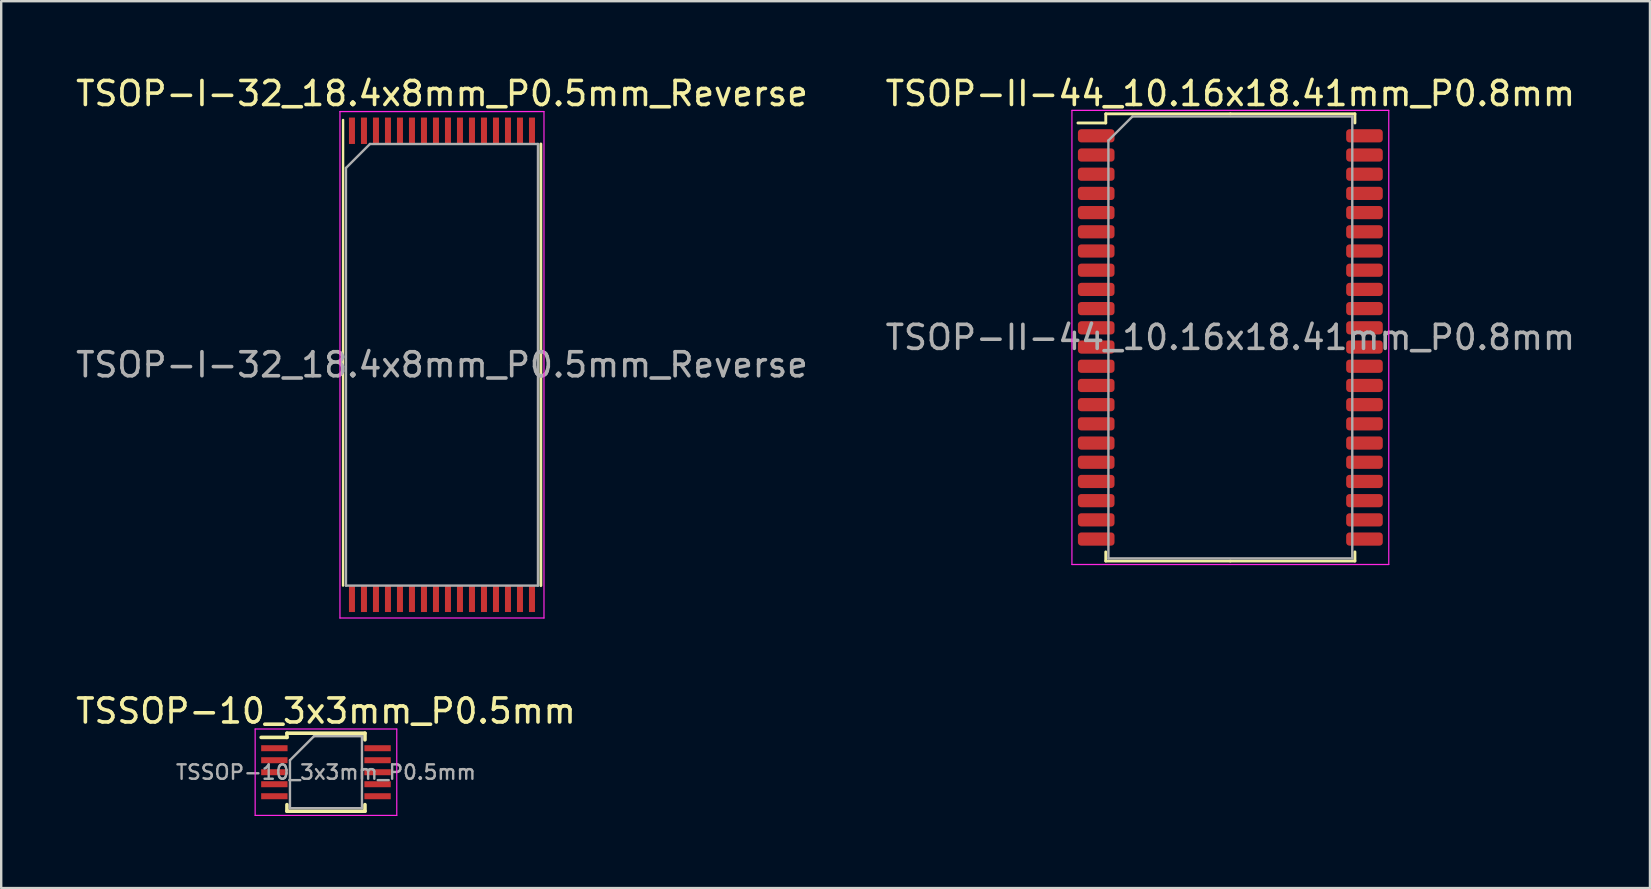
<source format=kicad_pcb>
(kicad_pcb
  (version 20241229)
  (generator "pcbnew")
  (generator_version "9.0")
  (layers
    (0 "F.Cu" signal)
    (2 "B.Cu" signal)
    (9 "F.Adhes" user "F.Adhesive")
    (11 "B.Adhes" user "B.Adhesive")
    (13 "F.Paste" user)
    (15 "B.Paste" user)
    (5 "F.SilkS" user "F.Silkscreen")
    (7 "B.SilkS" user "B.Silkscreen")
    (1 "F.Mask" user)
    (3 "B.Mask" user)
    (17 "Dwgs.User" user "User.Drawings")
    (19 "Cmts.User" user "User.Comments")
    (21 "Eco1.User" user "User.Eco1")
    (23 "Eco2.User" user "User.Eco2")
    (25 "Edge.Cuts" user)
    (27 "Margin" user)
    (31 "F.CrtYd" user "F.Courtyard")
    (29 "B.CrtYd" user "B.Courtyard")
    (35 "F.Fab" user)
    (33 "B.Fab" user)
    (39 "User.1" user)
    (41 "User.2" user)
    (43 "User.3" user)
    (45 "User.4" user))
  (footprint "TSOP-I-32_18.4x8mm_P0.5mm_Reverse"
    (layer "F.Cu")
    (at 15.363 12.148)
    (property "Reference" "TSOP-I-32_18.4x8mm_P0.5mm_Reverse" (at 0 -11.3 0) (layer "F.SilkS") (effects (font (size 1 1) (thickness 0.15))))
    (attr smd)
    (fp_line (start -4.12 -10.2) (end -4.12 9.2) (stroke (width 0.1) (type solid)) (layer "F.SilkS"))
    (fp_line (start 4.12 9.2) (end 4.12 -9.2) (stroke (width 0.12) (type solid)) (layer "F.SilkS"))
    (fp_line (start -4.25 -10.55) (end 4.25 -10.55) (stroke (width 0.05) (type solid)) (layer "F.CrtYd"))
    (fp_line (start -4.25 10.55) (end -4.25 -10.55) (stroke (width 0.05) (type solid)) (layer "F.CrtYd"))
    (fp_line (start 4.25 -10.55) (end 4.25 10.55) (stroke (width 0.05) (type solid)) (layer "F.CrtYd"))
    (fp_line (start 4.25 10.55) (end -4.25 10.55) (stroke (width 0.05) (type solid)) (layer "F.CrtYd"))
    (fp_line (start -4 -8.2) (end -4 9.2) (stroke (width 0.1) (type solid)) (layer "F.Fab"))
    (fp_line (start -4 -8.2) (end -3 -9.2) (stroke (width 0.1) (type solid)) (layer "F.Fab"))
    (fp_line (start -3 -9.2) (end 4 -9.2) (stroke (width 0.1) (type solid)) (layer "F.Fab"))
    (fp_line (start 4 -9.2) (end 4 9.2) (stroke (width 0.1) (type solid)) (layer "F.Fab"))
    (fp_line (start 4 9.2) (end -4 9.2) (stroke (width 0.1) (type solid)) (layer "F.Fab"))
    (fp_text user "${REFERENCE}" (at 0 0 0) (layer "F.Fab") (effects (font (size 1 1) (thickness 0.15))))
    (pad "1" smd rect (at -3.75 -9.75) (size 0.25 1.1) (layers "F.Cu" "F.Mask" "F.Paste"))
    (pad "2" smd rect (at -3.25 -9.75) (size 0.25 1.1) (layers "F.Cu" "F.Mask" "F.Paste"))
    (pad "3" smd rect (at -2.75 -9.75) (size 0.25 1.1) (layers "F.Cu" "F.Mask" "F.Paste"))
    (pad "4" smd rect (at -2.25 -9.75) (size 0.25 1.1) (layers "F.Cu" "F.Mask" "F.Paste"))
    (pad "5" smd rect (at -1.75 -9.75) (size 0.25 1.1) (layers "F.Cu" "F.Mask" "F.Paste"))
    (pad "6" smd rect (at -1.25 -9.75) (size 0.25 1.1) (layers "F.Cu" "F.Mask" "F.Paste"))
    (pad "7" smd rect (at -0.75 -9.75) (size 0.25 1.1) (layers "F.Cu" "F.Mask" "F.Paste"))
    (pad "8" smd rect (at -0.25 -9.75) (size 0.25 1.1) (layers "F.Cu" "F.Mask" "F.Paste"))
    (pad "9" smd rect (at 0.25 -9.75) (size 0.25 1.1) (layers "F.Cu" "F.Mask" "F.Paste"))
    (pad "10" smd rect (at 0.75 -9.75) (size 0.25 1.1) (layers "F.Cu" "F.Mask" "F.Paste"))
    (pad "11" smd rect (at 1.25 -9.75) (size 0.25 1.1) (layers "F.Cu" "F.Mask" "F.Paste"))
    (pad "12" smd rect (at 1.75 -9.75) (size 0.25 1.1) (layers "F.Cu" "F.Mask" "F.Paste"))
    (pad "13" smd rect (at 2.25 -9.75) (size 0.25 1.1) (layers "F.Cu" "F.Mask" "F.Paste"))
    (pad "14" smd rect (at 2.75 -9.75) (size 0.25 1.1) (layers "F.Cu" "F.Mask" "F.Paste"))
    (pad "15" smd rect (at 3.25 -9.75) (size 0.25 1.1) (layers "F.Cu" "F.Mask" "F.Paste"))
    (pad "16" smd rect (at 3.75 -9.75) (size 0.25 1.1) (layers "F.Cu" "F.Mask" "F.Paste"))
    (pad "17" smd rect (at 3.75 9.75) (size 0.25 1.1) (layers "F.Cu" "F.Mask" "F.Paste"))
    (pad "18" smd rect (at 3.25 9.75) (size 0.25 1.1) (layers "F.Cu" "F.Mask" "F.Paste"))
    (pad "19" smd rect (at 2.75 9.75) (size 0.25 1.1) (layers "F.Cu" "F.Mask" "F.Paste"))
    (pad "20" smd rect (at 2.25 9.75) (size 0.25 1.1) (layers "F.Cu" "F.Mask" "F.Paste"))
    (pad "21" smd rect (at 1.75 9.75) (size 0.25 1.1) (layers "F.Cu" "F.Mask" "F.Paste"))
    (pad "22" smd rect (at 1.25 9.75) (size 0.25 1.1) (layers "F.Cu" "F.Mask" "F.Paste"))
    (pad "23" smd rect (at 0.75 9.75) (size 0.25 1.1) (layers "F.Cu" "F.Mask" "F.Paste"))
    (pad "24" smd rect (at 0.25 9.75) (size 0.25 1.1) (layers "F.Cu" "F.Mask" "F.Paste"))
    (pad "25" smd rect (at -0.25 9.75) (size 0.25 1.1) (layers "F.Cu" "F.Mask" "F.Paste"))
    (pad "26" smd rect (at -0.75 9.75) (size 0.25 1.1) (layers "F.Cu" "F.Mask" "F.Paste"))
    (pad "27" smd rect (at -1.25 9.75) (size 0.25 1.1) (layers "F.Cu" "F.Mask" "F.Paste"))
    (pad "28" smd rect (at -1.75 9.75) (size 0.25 1.1) (layers "F.Cu" "F.Mask" "F.Paste"))
    (pad "29" smd rect (at -2.25 9.75) (size 0.25 1.1) (layers "F.Cu" "F.Mask" "F.Paste"))
    (pad "30" smd rect (at -2.75 9.75) (size 0.25 1.1) (layers "F.Cu" "F.Mask" "F.Paste"))
    (pad "31" smd rect (at -3.25 9.75) (size 0.25 1.1) (layers "F.Cu" "F.Mask" "F.Paste"))
    (pad "32" smd rect (at -3.75 9.75) (size 0.25 1.1) (layers "F.Cu" "F.Mask" "F.Paste")))
  (footprint "TSSOP-10_3x3mm_P0.5mm"
    (layer "F.Cu")
    (at 10.53 29.122)
    (property "Reference" "TSSOP-10_3x3mm_P0.5mm" (at 0 -2.55 0) (layer "F.SilkS") (effects (font (size 1 1) (thickness 0.15))))
    (attr smd)
    (fp_line (start -1.625 -1.625) (end -1.625 -1.45) (stroke (width 0.15) (type solid)) (layer "F.SilkS"))
    (fp_line (start -1.625 -1.625) (end 1.625 -1.625) (stroke (width 0.15) (type solid)) (layer "F.SilkS"))
    (fp_line (start -1.625 -1.45) (end -2.7 -1.45) (stroke (width 0.15) (type solid)) (layer "F.SilkS"))
    (fp_line (start -1.625 1.625) (end -1.625 1.35) (stroke (width 0.15) (type solid)) (layer "F.SilkS"))
    (fp_line (start -1.625 1.625) (end 1.625 1.625) (stroke (width 0.15) (type solid)) (layer "F.SilkS"))
    (fp_line (start 1.625 -1.625) (end 1.625 -1.35) (stroke (width 0.15) (type solid)) (layer "F.SilkS"))
    (fp_line (start 1.625 1.625) (end 1.625 1.35) (stroke (width 0.15) (type solid)) (layer "F.SilkS"))
    (fp_line (start -2.95 -1.8) (end -2.95 1.8) (stroke (width 0.05) (type solid)) (layer "F.CrtYd"))
    (fp_line (start -2.95 -1.8) (end 2.95 -1.8) (stroke (width 0.05) (type solid)) (layer "F.CrtYd"))
    (fp_line (start -2.95 1.8) (end 2.95 1.8) (stroke (width 0.05) (type solid)) (layer "F.CrtYd"))
    (fp_line (start 2.95 -1.8) (end 2.95 1.8) (stroke (width 0.05) (type solid)) (layer "F.CrtYd"))
    (fp_line (start -1.5 -0.5) (end -0.5 -1.5) (stroke (width 0.1) (type solid)) (layer "F.Fab"))
    (fp_line (start -1.5 1.5) (end -1.5 -0.5) (stroke (width 0.1) (type solid)) (layer "F.Fab"))
    (fp_line (start -0.5 -1.5) (end 1.5 -1.5) (stroke (width 0.1) (type solid)) (layer "F.Fab"))
    (fp_line (start 1.5 -1.5) (end 1.5 1.5) (stroke (width 0.1) (type solid)) (layer "F.Fab"))
    (fp_line (start 1.5 1.5) (end -1.5 1.5) (stroke (width 0.1) (type solid)) (layer "F.Fab"))
    (fp_text user "${REFERENCE}" (at 0 0 0) (layer "F.Fab") (effects (font (size 0.6 0.6) (thickness 0.1))))
    (pad "1" smd rect (at -2.15 -1) (size 1.1 0.25) (layers "F.Cu" "F.Mask" "F.Paste"))
    (pad "2" smd rect (at -2.15 -0.5) (size 1.1 0.25) (layers "F.Cu" "F.Mask" "F.Paste"))
    (pad "3" smd rect (at -2.15 0) (size 1.1 0.25) (layers "F.Cu" "F.Mask" "F.Paste"))
    (pad "4" smd rect (at -2.15 0.5) (size 1.1 0.25) (layers "F.Cu" "F.Mask" "F.Paste"))
    (pad "5" smd rect (at -2.15 1) (size 1.1 0.25) (layers "F.Cu" "F.Mask" "F.Paste"))
    (pad "6" smd rect (at 2.15 1) (size 1.1 0.25) (layers "F.Cu" "F.Mask" "F.Paste"))
    (pad "7" smd rect (at 2.15 0.5) (size 1.1 0.25) (layers "F.Cu" "F.Mask" "F.Paste"))
    (pad "8" smd rect (at 2.15 0) (size 1.1 0.25) (layers "F.Cu" "F.Mask" "F.Paste"))
    (pad "9" smd rect (at 2.15 -0.5) (size 1.1 0.25) (layers "F.Cu" "F.Mask" "F.Paste"))
    (pad "10" smd rect (at 2.15 -1) (size 1.1 0.25) (layers "F.Cu" "F.Mask" "F.Paste")))
  (footprint "TSOP-II-44_10.16x18.41mm_P0.8mm"
    (layer "F.Cu")
    (at 48.208 11.008)
    (property "Reference" "TSOP-II-44_10.16x18.41mm_P0.8mm" (at 0 -10.16 0) (layer "F.SilkS") (effects (font (size 1 1) (thickness 0.15))))
    (attr smd)
    (fp_line (start -5.19 -9.315) (end -5.19 -8.935) (stroke (width 0.12) (type solid)) (layer "F.SilkS"))
    (fp_line (start -5.19 -8.935) (end -6.35 -8.935) (stroke (width 0.12) (type solid)) (layer "F.SilkS"))
    (fp_line (start -5.19 9.315) (end -5.19 8.935) (stroke (width 0.12) (type solid)) (layer "F.SilkS"))
    (fp_line (start 0 -9.315) (end -5.19 -9.315) (stroke (width 0.12) (type solid)) (layer "F.SilkS"))
    (fp_line (start 0 -9.315) (end 5.19 -9.315) (stroke (width 0.12) (type solid)) (layer "F.SilkS"))
    (fp_line (start 0 9.315) (end -5.19 9.315) (stroke (width 0.12) (type solid)) (layer "F.SilkS"))
    (fp_line (start 0 9.315) (end 5.19 9.315) (stroke (width 0.12) (type solid)) (layer "F.SilkS"))
    (fp_line (start 5.19 -9.315) (end 5.19 -8.935) (stroke (width 0.12) (type solid)) (layer "F.SilkS"))
    (fp_line (start 5.19 9.315) (end 5.19 8.935) (stroke (width 0.12) (type solid)) (layer "F.SilkS"))
    (fp_line (start -6.6 -9.46) (end -6.6 9.46) (stroke (width 0.05) (type solid)) (layer "F.CrtYd"))
    (fp_line (start -6.6 9.46) (end 6.6 9.46) (stroke (width 0.05) (type solid)) (layer "F.CrtYd"))
    (fp_line (start 6.6 -9.46) (end -6.6 -9.46) (stroke (width 0.05) (type solid)) (layer "F.CrtYd"))
    (fp_line (start 6.6 9.46) (end 6.6 -9.46) (stroke (width 0.05) (type solid)) (layer "F.CrtYd"))
    (fp_line (start -5.08 -8.205) (end -4.08 -9.205) (stroke (width 0.1) (type solid)) (layer "F.Fab"))
    (fp_line (start -5.08 9.205) (end -5.08 -8.205) (stroke (width 0.1) (type solid)) (layer "F.Fab"))
    (fp_line (start -4.08 -9.205) (end 5.08 -9.205) (stroke (width 0.1) (type solid)) (layer "F.Fab"))
    (fp_line (start 5.08 -9.205) (end 5.08 9.205) (stroke (width 0.1) (type solid)) (layer "F.Fab"))
    (fp_line (start 5.08 9.205) (end -5.08 9.205) (stroke (width 0.1) (type solid)) (layer "F.Fab"))
    (fp_text user "${REFERENCE}" (at 0 0 0) (layer "F.Fab") (effects (font (size 1 1) (thickness 0.15))))
    (pad "1" smd roundrect (at -5.588 -8.4) (size 1.525 0.55) (layers "F.Cu" "F.Mask" "F.Paste") (roundrect_rratio 0.25))
    (pad "2" smd roundrect (at -5.588 -7.6) (size 1.525 0.55) (layers "F.Cu" "F.Mask" "F.Paste") (roundrect_rratio 0.25))
    (pad "3" smd roundrect (at -5.588 -6.8) (size 1.525 0.55) (layers "F.Cu" "F.Mask" "F.Paste") (roundrect_rratio 0.25))
    (pad "4" smd roundrect (at -5.588 -6) (size 1.525 0.55) (layers "F.Cu" "F.Mask" "F.Paste") (roundrect_rratio 0.25))
    (pad "5" smd roundrect (at -5.588 -5.2) (size 1.525 0.55) (layers "F.Cu" "F.Mask" "F.Paste") (roundrect_rratio 0.25))
    (pad "6" smd roundrect (at -5.588 -4.4) (size 1.525 0.55) (layers "F.Cu" "F.Mask" "F.Paste") (roundrect_rratio 0.25))
    (pad "7" smd roundrect (at -5.588 -3.6) (size 1.525 0.55) (layers "F.Cu" "F.Mask" "F.Paste") (roundrect_rratio 0.25))
    (pad "8" smd roundrect (at -5.588 -2.8) (size 1.525 0.55) (layers "F.Cu" "F.Mask" "F.Paste") (roundrect_rratio 0.25))
    (pad "9" smd roundrect (at -5.588 -2) (size 1.525 0.55) (layers "F.Cu" "F.Mask" "F.Paste") (roundrect_rratio 0.25))
    (pad "10" smd roundrect (at -5.588 -1.2) (size 1.525 0.55) (layers "F.Cu" "F.Mask" "F.Paste") (roundrect_rratio 0.25))
    (pad "11" smd roundrect (at -5.588 -0.4) (size 1.525 0.55) (layers "F.Cu" "F.Mask" "F.Paste") (roundrect_rratio 0.25))
    (pad "12" smd roundrect (at -5.588 0.4) (size 1.525 0.55) (layers "F.Cu" "F.Mask" "F.Paste") (roundrect_rratio 0.25))
    (pad "13" smd roundrect (at -5.588 1.2) (size 1.525 0.55) (layers "F.Cu" "F.Mask" "F.Paste") (roundrect_rratio 0.25))
    (pad "14" smd roundrect (at -5.588 2) (size 1.525 0.55) (layers "F.Cu" "F.Mask" "F.Paste") (roundrect_rratio 0.25))
    (pad "15" smd roundrect (at -5.588 2.8) (size 1.525 0.55) (layers "F.Cu" "F.Mask" "F.Paste") (roundrect_rratio 0.25))
    (pad "16" smd roundrect (at -5.588 3.6) (size 1.525 0.55) (layers "F.Cu" "F.Mask" "F.Paste") (roundrect_rratio 0.25))
    (pad "17" smd roundrect (at -5.588 4.4) (size 1.525 0.55) (layers "F.Cu" "F.Mask" "F.Paste") (roundrect_rratio 0.25))
    (pad "18" smd roundrect (at -5.588 5.2) (size 1.525 0.55) (layers "F.Cu" "F.Mask" "F.Paste") (roundrect_rratio 0.25))
    (pad "19" smd roundrect (at -5.588 6) (size 1.525 0.55) (layers "F.Cu" "F.Mask" "F.Paste") (roundrect_rratio 0.25))
    (pad "20" smd roundrect (at -5.588 6.8) (size 1.525 0.55) (layers "F.Cu" "F.Mask" "F.Paste") (roundrect_rratio 0.25))
    (pad "21" smd roundrect (at -5.588 7.6) (size 1.525 0.55) (layers "F.Cu" "F.Mask" "F.Paste") (roundrect_rratio 0.25))
    (pad "22" smd roundrect (at -5.588 8.4) (size 1.525 0.55) (layers "F.Cu" "F.Mask" "F.Paste") (roundrect_rratio 0.25))
    (pad "23" smd roundrect (at 5.588 8.4) (size 1.525 0.55) (layers "F.Cu" "F.Mask" "F.Paste") (roundrect_rratio 0.25))
    (pad "24" smd roundrect (at 5.588 7.6) (size 1.525 0.55) (layers "F.Cu" "F.Mask" "F.Paste") (roundrect_rratio 0.25))
    (pad "25" smd roundrect (at 5.588 6.8) (size 1.525 0.55) (layers "F.Cu" "F.Mask" "F.Paste") (roundrect_rratio 0.25))
    (pad "26" smd roundrect (at 5.588 6) (size 1.525 0.55) (layers "F.Cu" "F.Mask" "F.Paste") (roundrect_rratio 0.25))
    (pad "27" smd roundrect (at 5.588 5.2) (size 1.525 0.55) (layers "F.Cu" "F.Mask" "F.Paste") (roundrect_rratio 0.25))
    (pad "28" smd roundrect (at 5.588 4.4) (size 1.525 0.55) (layers "F.Cu" "F.Mask" "F.Paste") (roundrect_rratio 0.25))
    (pad "29" smd roundrect (at 5.588 3.6) (size 1.525 0.55) (layers "F.Cu" "F.Mask" "F.Paste") (roundrect_rratio 0.25))
    (pad "30" smd roundrect (at 5.588 2.8) (size 1.525 0.55) (layers "F.Cu" "F.Mask" "F.Paste") (roundrect_rratio 0.25))
    (pad "31" smd roundrect (at 5.588 2) (size 1.525 0.55) (layers "F.Cu" "F.Mask" "F.Paste") (roundrect_rratio 0.25))
    (pad "32" smd roundrect (at 5.588 1.2) (size 1.525 0.55) (layers "F.Cu" "F.Mask" "F.Paste") (roundrect_rratio 0.25))
    (pad "33" smd roundrect (at 5.588 0.4) (size 1.525 0.55) (layers "F.Cu" "F.Mask" "F.Paste") (roundrect_rratio 0.25))
    (pad "34" smd roundrect (at 5.588 -0.4) (size 1.525 0.55) (layers "F.Cu" "F.Mask" "F.Paste") (roundrect_rratio 0.25))
    (pad "35" smd roundrect (at 5.588 -1.2) (size 1.525 0.55) (layers "F.Cu" "F.Mask" "F.Paste") (roundrect_rratio 0.25))
    (pad "36" smd roundrect (at 5.588 -2) (size 1.525 0.55) (layers "F.Cu" "F.Mask" "F.Paste") (roundrect_rratio 0.25))
    (pad "37" smd roundrect (at 5.588 -2.8) (size 1.525 0.55) (layers "F.Cu" "F.Mask" "F.Paste") (roundrect_rratio 0.25))
    (pad "38" smd roundrect (at 5.588 -3.6) (size 1.525 0.55) (layers "F.Cu" "F.Mask" "F.Paste") (roundrect_rratio 0.25))
    (pad "39" smd roundrect (at 5.588 -4.4) (size 1.525 0.55) (layers "F.Cu" "F.Mask" "F.Paste") (roundrect_rratio 0.25))
    (pad "40" smd roundrect (at 5.588 -5.2) (size 1.525 0.55) (layers "F.Cu" "F.Mask" "F.Paste") (roundrect_rratio 0.25))
    (pad "41" smd roundrect (at 5.588 -6) (size 1.525 0.55) (layers "F.Cu" "F.Mask" "F.Paste") (roundrect_rratio 0.25))
    (pad "42" smd roundrect (at 5.588 -6.8) (size 1.525 0.55) (layers "F.Cu" "F.Mask" "F.Paste") (roundrect_rratio 0.25))
    (pad "43" smd roundrect (at 5.588 -7.6) (size 1.525 0.55) (layers "F.Cu" "F.Mask" "F.Paste") (roundrect_rratio 0.25))
    (pad "44" smd roundrect (at 5.588 -8.4) (size 1.525 0.55) (layers "F.Cu" "F.Mask" "F.Paste") (roundrect_rratio 0.25)))
  (gr_rect
    (start -3 -3)
    (end 65.69 33.947)
    (stroke (width 0.1) (type default))
    (fill no)
    (layer "Edge.Cuts")))
</source>
